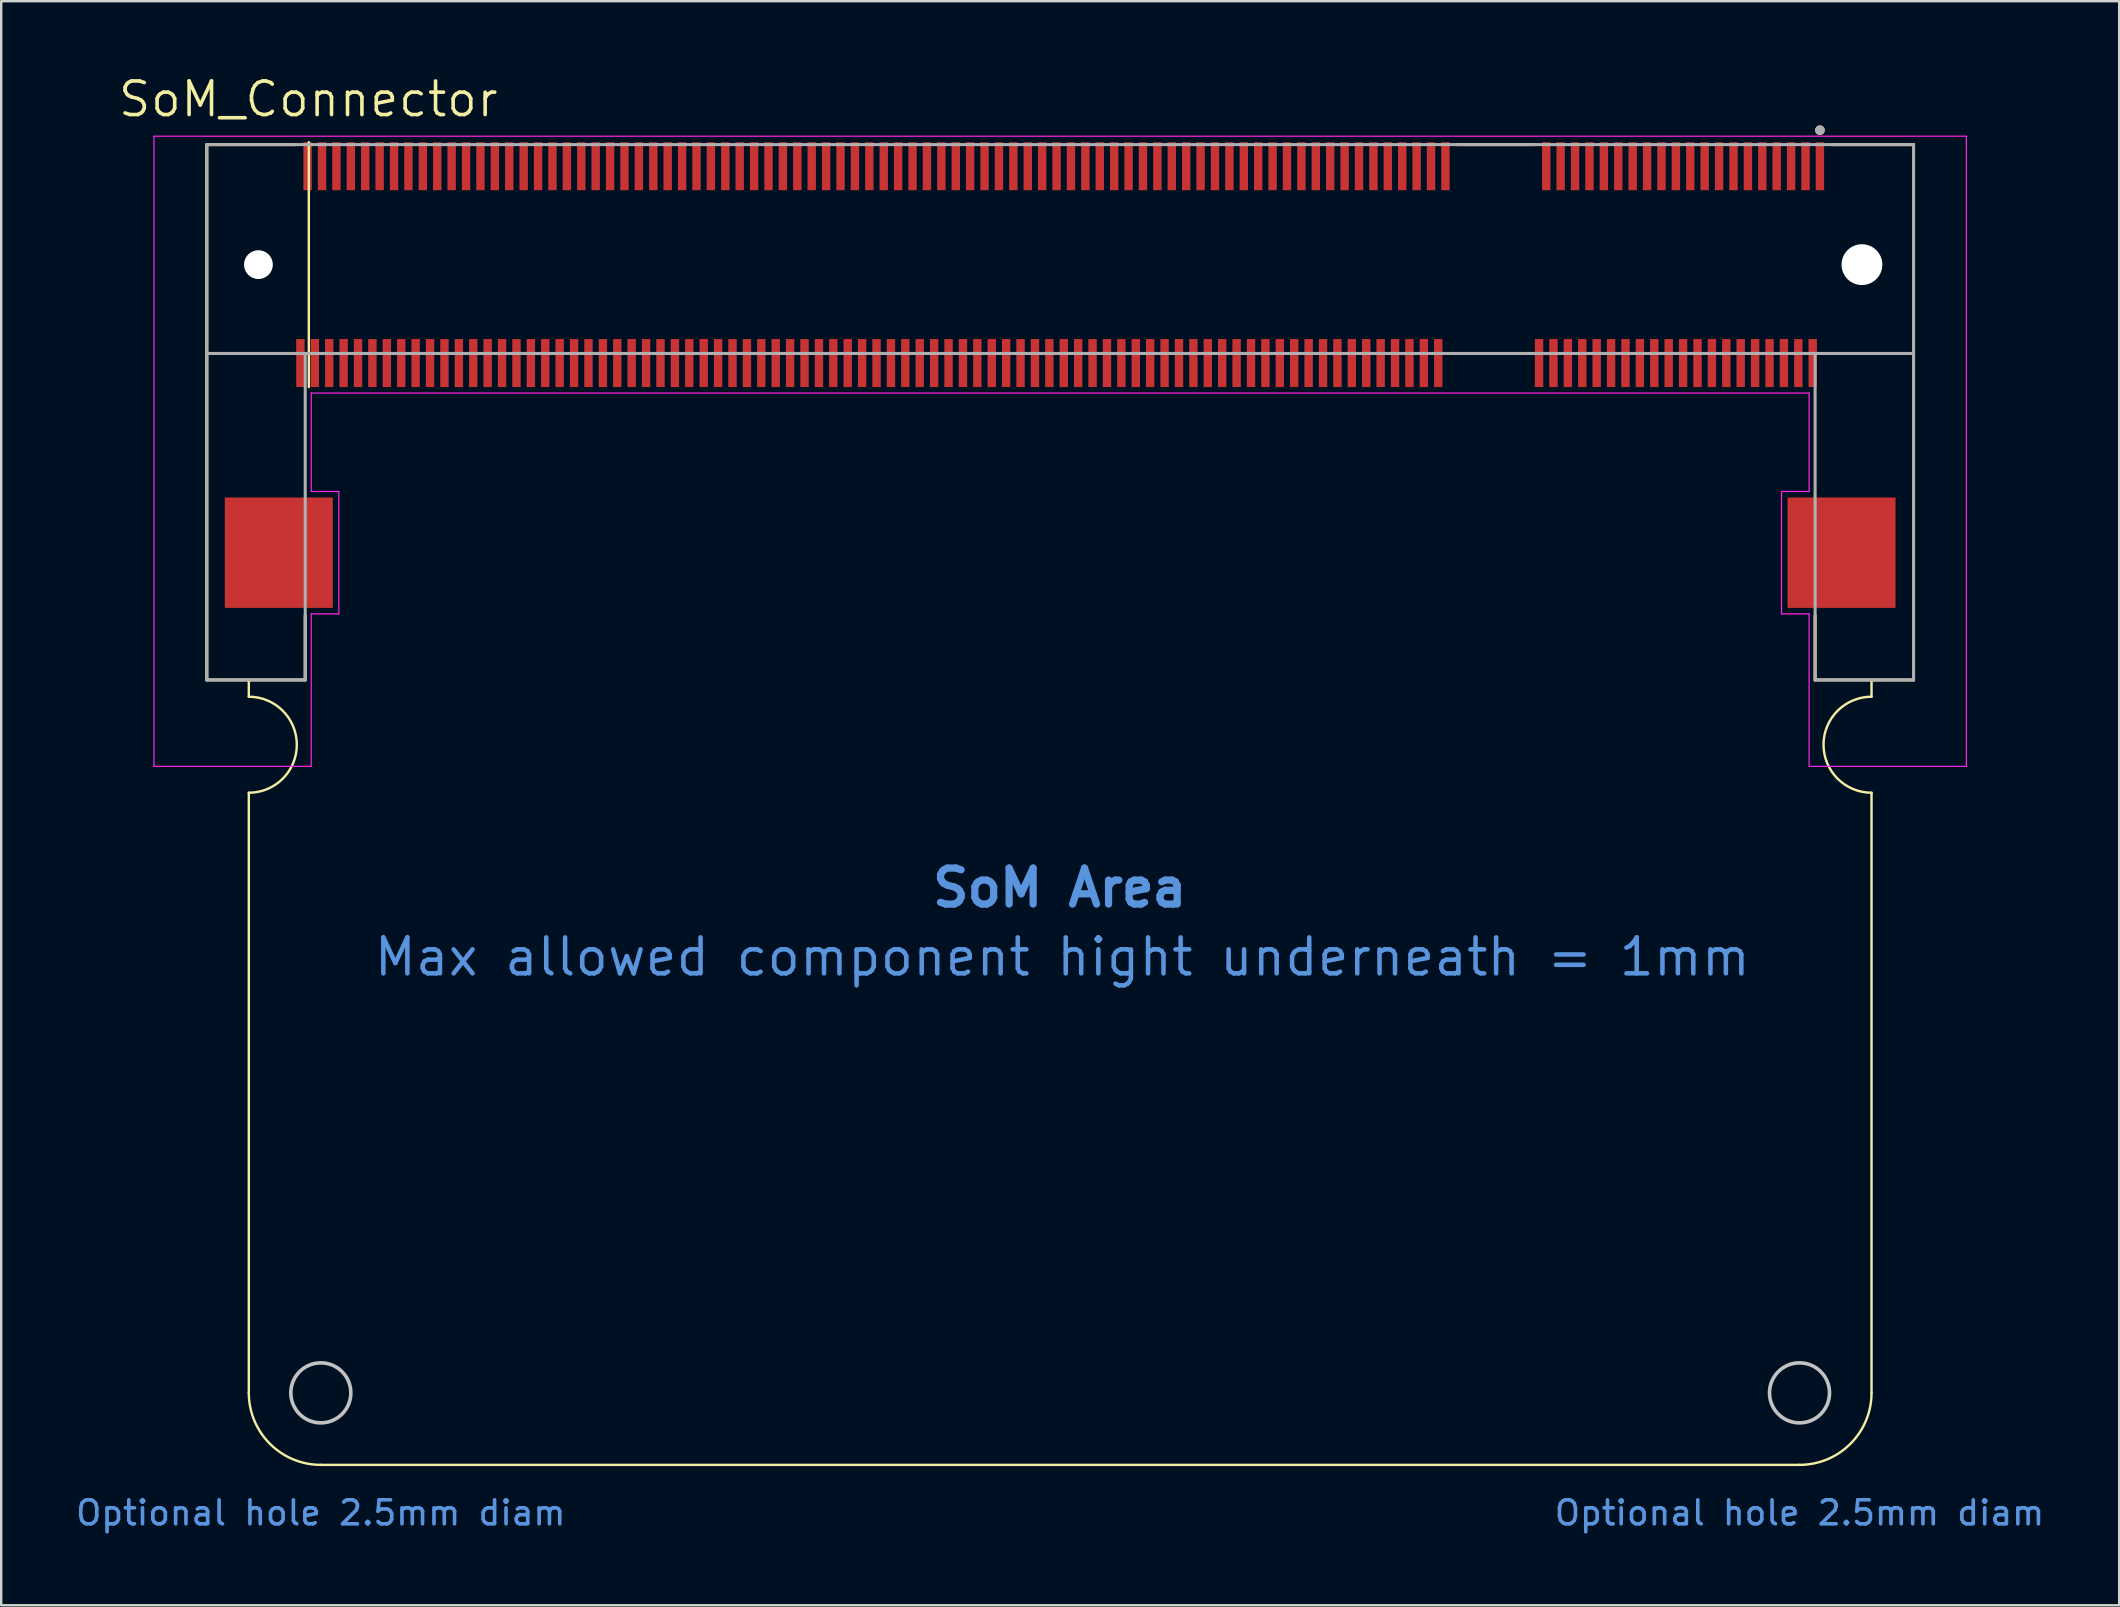
<source format=kicad_pcb>
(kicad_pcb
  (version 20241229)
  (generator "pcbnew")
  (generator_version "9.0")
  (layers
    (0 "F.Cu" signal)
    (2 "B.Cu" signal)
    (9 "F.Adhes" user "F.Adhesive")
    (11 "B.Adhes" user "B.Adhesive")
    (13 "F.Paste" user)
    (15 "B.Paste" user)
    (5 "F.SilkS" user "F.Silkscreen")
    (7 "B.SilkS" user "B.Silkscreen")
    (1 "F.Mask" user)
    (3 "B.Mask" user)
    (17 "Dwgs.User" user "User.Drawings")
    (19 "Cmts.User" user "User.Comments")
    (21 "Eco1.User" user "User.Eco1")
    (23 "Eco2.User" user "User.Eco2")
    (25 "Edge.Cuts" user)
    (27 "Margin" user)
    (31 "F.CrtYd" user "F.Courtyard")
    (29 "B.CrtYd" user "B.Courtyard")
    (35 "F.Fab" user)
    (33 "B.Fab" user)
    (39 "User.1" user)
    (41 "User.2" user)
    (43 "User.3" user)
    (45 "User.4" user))
  (footprint "SoM_Connector"
    (layer "F.Cu")
    (at 41.115 7.974)
    (property "Reference" "SoM_Connector" (at -31.321 -6.892 0) (layer "F.SilkS") (effects (font (size 1.4 1.4) (thickness 0.15))))
    (attr smd)
    (fp_line (start -35.55 -5) (end -35.55 17.3) (stroke (width 0.127) (type solid)) (layer "F.SilkS"))
    (fp_line (start -35.55 17.3) (end -31.45 17.3) (stroke (width 0.127) (type solid)) (layer "F.SilkS"))
    (fp_line (start -33.8 17.3) (end -33.8 18) (stroke (width 0.1) (type default)) (layer "F.SilkS"))
    (fp_line (start -33.8 22) (end -33.8 47) (stroke (width 0.1) (type default)) (layer "F.SilkS"))
    (fp_line (start -31.85 -5) (end -35.55 -5) (stroke (width 0.127) (type solid)) (layer "F.SilkS"))
    (fp_line (start -31.45 17.3) (end -31.45 14.62) (stroke (width 0.127) (type solid)) (layer "F.SilkS"))
    (fp_line (start -31.3 -5.1) (end -31.3 5.1) (stroke (width 0.1) (type default)) (layer "F.SilkS"))
    (fp_line (start -30.8 50) (end 30.8 50) (stroke (width 0.1) (type default)) (layer "F.SilkS"))
    (fp_line (start 16.55 -5) (end 19.75 -5) (stroke (width 0.127) (type solid)) (layer "F.SilkS"))
    (fp_line (start 31.45 14.62) (end 31.45 17.3) (stroke (width 0.127) (type solid)) (layer "F.SilkS"))
    (fp_line (start 32.15 -5) (end 35.55 -5) (stroke (width 0.127) (type solid)) (layer "F.SilkS"))
    (fp_line (start 33.8 17.3) (end 33.8 18) (stroke (width 0.1) (type default)) (layer "F.SilkS"))
    (fp_line (start 33.8 22) (end 33.8 47) (stroke (width 0.1) (type default)) (layer "F.SilkS"))
    (fp_line (start 35.55 -5) (end 35.55 17.3) (stroke (width 0.127) (type solid)) (layer "F.SilkS"))
    (fp_line (start 35.55 17.3) (end 31.45 17.3) (stroke (width 0.127) (type solid)) (layer "F.SilkS"))
    (fp_arc (start -33.8 18) (mid -31.799949 20) (end -33.8 22) (stroke (width 0.1) (type default)) (layer "F.SilkS"))
    (fp_arc (start -30.8 50) (mid -32.921291 49.121291) (end -33.8 47) (stroke (width 0.1) (type default)) (layer "F.SilkS"))
    (fp_arc (start 33.8 22) (mid 31.80004 19.999999) (end 33.8 18) (stroke (width 0.1) (type default)) (layer "F.SilkS"))
    (fp_arc (start 33.8 47) (mid 32.921321 49.121323) (end 30.8 50) (stroke (width 0.1) (type default)) (layer "F.SilkS"))
    (fp_circle (center 31.65 -5.6) (end 31.75 -5.6) (stroke (width 0.2) (type solid)) (fill no) (layer "F.SilkS"))
    (fp_circle (center -30.8 47) (end -29.55 47) (stroke (width 0.15) (type default)) (fill no) (layer "Dwgs.User"))
    (fp_circle (center 30.8 47) (end 32.05 47) (stroke (width 0.15) (type default)) (fill no) (layer "Dwgs.User"))
    (fp_line (start -37.75 -5.35) (end 37.75 -5.35) (stroke (width 0.05) (type solid)) (layer "F.CrtYd"))
    (fp_line (start -37.75 20.9) (end -37.75 -5.35) (stroke (width 0.05) (type solid)) (layer "F.CrtYd"))
    (fp_line (start -31.2 5.35) (end -31.2 9.45) (stroke (width 0.05) (type solid)) (layer "F.CrtYd"))
    (fp_line (start -31.2 9.45) (end -30.05 9.45) (stroke (width 0.05) (type solid)) (layer "F.CrtYd"))
    (fp_line (start -31.2 14.55) (end -31.2 20.9) (stroke (width 0.05) (type solid)) (layer "F.CrtYd"))
    (fp_line (start -31.2 20.9) (end -37.75 20.9) (stroke (width 0.05) (type solid)) (layer "F.CrtYd"))
    (fp_line (start -30.05 9.45) (end -30.05 14.55) (stroke (width 0.05) (type solid)) (layer "F.CrtYd"))
    (fp_line (start -30.05 14.55) (end -31.2 14.55) (stroke (width 0.05) (type solid)) (layer "F.CrtYd"))
    (fp_line (start 30.05 9.45) (end 31.2 9.45) (stroke (width 0.05) (type solid)) (layer "F.CrtYd"))
    (fp_line (start 30.05 14.55) (end 30.05 9.45) (stroke (width 0.05) (type solid)) (layer "F.CrtYd"))
    (fp_line (start 31.2 5.35) (end -31.2 5.35) (stroke (width 0.05) (type solid)) (layer "F.CrtYd"))
    (fp_line (start 31.2 9.45) (end 31.2 5.35) (stroke (width 0.05) (type solid)) (layer "F.CrtYd"))
    (fp_line (start 31.2 14.55) (end 30.05 14.55) (stroke (width 0.05) (type solid)) (layer "F.CrtYd"))
    (fp_line (start 31.2 20.9) (end 31.2 14.55) (stroke (width 0.05) (type solid)) (layer "F.CrtYd"))
    (fp_line (start 37.75 -5.35) (end 37.75 20.9) (stroke (width 0.05) (type solid)) (layer "F.CrtYd"))
    (fp_line (start 37.75 20.9) (end 31.2 20.9) (stroke (width 0.05) (type solid)) (layer "F.CrtYd"))
    (fp_line (start -35.55 -5) (end -35.55 3.7) (stroke (width 0.127) (type solid)) (layer "F.Fab"))
    (fp_line (start -35.55 -5) (end 35.55 -5) (stroke (width 0.127) (type solid)) (layer "F.Fab"))
    (fp_line (start -35.55 3.7) (end -35.55 17.3) (stroke (width 0.127) (type solid)) (layer "F.Fab"))
    (fp_line (start -35.55 3.7) (end -31.45 3.7) (stroke (width 0.127) (type solid)) (layer "F.Fab"))
    (fp_line (start -35.55 17.3) (end -31.45 17.3) (stroke (width 0.127) (type solid)) (layer "F.Fab"))
    (fp_line (start -31.45 3.7) (end 31.45 3.7) (stroke (width 0.127) (type solid)) (layer "F.Fab"))
    (fp_line (start -31.45 17.3) (end -31.45 3.7) (stroke (width 0.127) (type solid)) (layer "F.Fab"))
    (fp_line (start 31.45 3.7) (end 31.45 17.3) (stroke (width 0.127) (type solid)) (layer "F.Fab"))
    (fp_line (start 31.45 3.7) (end 35.55 3.7) (stroke (width 0.127) (type solid)) (layer "F.Fab"))
    (fp_line (start 31.45 17.3) (end 35.55 17.3) (stroke (width 0.127) (type solid)) (layer "F.Fab"))
    (fp_line (start 35.55 -5) (end 35.55 3.7) (stroke (width 0.127) (type solid)) (layer "F.Fab"))
    (fp_line (start 35.55 3.7) (end 35.55 17.3) (stroke (width 0.127) (type solid)) (layer "F.Fab"))
    (fp_circle (center 31.65 -5.6) (end 31.75 -5.6) (stroke (width 0.2) (type solid)) (fill no) (layer "F.Fab"))
    (fp_text user "Max allowed component hight underneath = 1mm" (at 0.09 28.84 0) (unlocked yes) (layer "Cmts.User") (effects (font (size 1.5 1.5) (thickness 0.188))))
    (fp_text user "Optional hole 2.5mm diam" (at -30.8 52 0) (unlocked yes) (layer "Cmts.User") (effects (font (size 1 1) (thickness 0.15))))
    (fp_text user "SoM Area" (at -0.02 25.96 0) (unlocked yes) (layer "Cmts.User") (effects (font (size 1.5 1.5) (thickness 0.3) (bold yes))))
    (fp_text user "Optional hole 2.5mm diam" (at 30.8 52 0) (unlocked yes) (layer "Cmts.User") (effects (font (size 1 1) (thickness 0.15))))
    (pad "" np_thru_hole circle (at -33.4 0) (size 1.2 1.2) (drill 1.2) (layers "*.Cu" "*.Mask"))
    (pad "" np_thru_hole circle (at 33.4 0) (size 1.7 1.7) (drill 1.7) (layers "*.Cu" "*.Mask"))
    (pad "1" smd rect (at 31.65 -4.1 90) (size 2 0.35) (layers "F.Cu" "F.Mask" "F.Paste"))
    (pad "2" smd rect (at 31.35 4.1 90) (size 2 0.35) (layers "F.Cu" "F.Mask" "F.Paste"))
    (pad "3" smd rect (at 31.05 -4.1 90) (size 2 0.35) (layers "F.Cu" "F.Mask" "F.Paste"))
    (pad "4" smd rect (at 30.75 4.1 90) (size 2 0.35) (layers "F.Cu" "F.Mask" "F.Paste"))
    (pad "5" smd rect (at 30.45 -4.1 90) (size 2 0.35) (layers "F.Cu" "F.Mask" "F.Paste"))
    (pad "6" smd rect (at 30.15 4.1 90) (size 2 0.35) (layers "F.Cu" "F.Mask" "F.Paste"))
    (pad "7" smd rect (at 29.85 -4.1 90) (size 2 0.35) (layers "F.Cu" "F.Mask" "F.Paste"))
    (pad "8" smd rect (at 29.55 4.1 90) (size 2 0.35) (layers "F.Cu" "F.Mask" "F.Paste"))
    (pad "9" smd rect (at 29.25 -4.1 90) (size 2 0.35) (layers "F.Cu" "F.Mask" "F.Paste"))
    (pad "10" smd rect (at 28.95 4.1 90) (size 2 0.35) (layers "F.Cu" "F.Mask" "F.Paste"))
    (pad "11" smd rect (at 28.65 -4.1 90) (size 2 0.35) (layers "F.Cu" "F.Mask" "F.Paste"))
    (pad "12" smd rect (at 28.35 4.1 90) (size 2 0.35) (layers "F.Cu" "F.Mask" "F.Paste"))
    (pad "13" smd rect (at 28.05 -4.1 90) (size 2 0.35) (layers "F.Cu" "F.Mask" "F.Paste"))
    (pad "14" smd rect (at 27.75 4.1 90) (size 2 0.35) (layers "F.Cu" "F.Mask" "F.Paste"))
    (pad "15" smd rect (at 27.45 -4.1 90) (size 2 0.35) (layers "F.Cu" "F.Mask" "F.Paste"))
    (pad "16" smd rect (at 27.15 4.1 90) (size 2 0.35) (layers "F.Cu" "F.Mask" "F.Paste"))
    (pad "17" smd rect (at 26.85 -4.1 90) (size 2 0.35) (layers "F.Cu" "F.Mask" "F.Paste"))
    (pad "18" smd rect (at 26.55 4.1 90) (size 2 0.35) (layers "F.Cu" "F.Mask" "F.Paste"))
    (pad "19" smd rect (at 26.25 -4.1 90) (size 2 0.35) (layers "F.Cu" "F.Mask" "F.Paste"))
    (pad "20" smd rect (at 25.95 4.1 90) (size 2 0.35) (layers "F.Cu" "F.Mask" "F.Paste"))
    (pad "21" smd rect (at 25.65 -4.1 90) (size 2 0.35) (layers "F.Cu" "F.Mask" "F.Paste"))
    (pad "22" smd rect (at 25.35 4.1 90) (size 2 0.35) (layers "F.Cu" "F.Mask" "F.Paste"))
    (pad "23" smd rect (at 25.05 -4.1 90) (size 2 0.35) (layers "F.Cu" "F.Mask" "F.Paste"))
    (pad "24" smd rect (at 24.75 4.1 90) (size 2 0.35) (layers "F.Cu" "F.Mask" "F.Paste"))
    (pad "25" smd rect (at 24.45 -4.1 90) (size 2 0.35) (layers "F.Cu" "F.Mask" "F.Paste"))
    (pad "26" smd rect (at 24.15 4.1 90) (size 2 0.35) (layers "F.Cu" "F.Mask" "F.Paste"))
    (pad "27" smd rect (at 23.85 -4.1 90) (size 2 0.35) (layers "F.Cu" "F.Mask" "F.Paste"))
    (pad "28" smd rect (at 23.55 4.1 90) (size 2 0.35) (layers "F.Cu" "F.Mask" "F.Paste"))
    (pad "29" smd rect (at 23.25 -4.1 90) (size 2 0.35) (layers "F.Cu" "F.Mask" "F.Paste"))
    (pad "30" smd rect (at 22.95 4.1 90) (size 2 0.35) (layers "F.Cu" "F.Mask" "F.Paste"))
    (pad "31" smd rect (at 22.65 -4.1 90) (size 2 0.35) (layers "F.Cu" "F.Mask" "F.Paste"))
    (pad "32" smd rect (at 22.35 4.1 90) (size 2 0.35) (layers "F.Cu" "F.Mask" "F.Paste"))
    (pad "33" smd rect (at 22.05 -4.1 90) (size 2 0.35) (layers "F.Cu" "F.Mask" "F.Paste"))
    (pad "34" smd rect (at 21.75 4.1 90) (size 2 0.35) (layers "F.Cu" "F.Mask" "F.Paste"))
    (pad "35" smd rect (at 21.45 -4.1 90) (size 2 0.35) (layers "F.Cu" "F.Mask" "F.Paste"))
    (pad "36" smd rect (at 21.15 4.1 90) (size 2 0.35) (layers "F.Cu" "F.Mask" "F.Paste"))
    (pad "37" smd rect (at 20.85 -4.1 90) (size 2 0.35) (layers "F.Cu" "F.Mask" "F.Paste"))
    (pad "38" smd rect (at 20.55 4.1 90) (size 2 0.35) (layers "F.Cu" "F.Mask" "F.Paste"))
    (pad "39" smd rect (at 20.25 -4.1 90) (size 2 0.35) (layers "F.Cu" "F.Mask" "F.Paste"))
    (pad "40" smd rect (at 19.95 4.1 90) (size 2 0.35) (layers "F.Cu" "F.Mask" "F.Paste"))
    (pad "41" smd rect (at 16.05 -4.1 90) (size 2 0.35) (layers "F.Cu" "F.Mask" "F.Paste"))
    (pad "42" smd rect (at 15.75 4.1 90) (size 2 0.35) (layers "F.Cu" "F.Mask" "F.Paste"))
    (pad "43" smd rect (at 15.45 -4.1 90) (size 2 0.35) (layers "F.Cu" "F.Mask" "F.Paste"))
    (pad "44" smd rect (at 15.15 4.1 90) (size 2 0.35) (layers "F.Cu" "F.Mask" "F.Paste"))
    (pad "45" smd rect (at 14.85 -4.1 90) (size 2 0.35) (layers "F.Cu" "F.Mask" "F.Paste"))
    (pad "46" smd rect (at 14.55 4.1 90) (size 2 0.35) (layers "F.Cu" "F.Mask" "F.Paste"))
    (pad "47" smd rect (at 14.25 -4.1 90) (size 2 0.35) (layers "F.Cu" "F.Mask" "F.Paste"))
    (pad "48" smd rect (at 13.95 4.1 90) (size 2 0.35) (layers "F.Cu" "F.Mask" "F.Paste"))
    (pad "49" smd rect (at 13.65 -4.1 90) (size 2 0.35) (layers "F.Cu" "F.Mask" "F.Paste"))
    (pad "50" smd rect (at 13.35 4.1 90) (size 2 0.35) (layers "F.Cu" "F.Mask" "F.Paste"))
    (pad "51" smd rect (at 13.05 -4.1 90) (size 2 0.35) (layers "F.Cu" "F.Mask" "F.Paste"))
    (pad "52" smd rect (at 12.75 4.1 90) (size 2 0.35) (layers "F.Cu" "F.Mask" "F.Paste"))
    (pad "53" smd rect (at 12.45 -4.1 90) (size 2 0.35) (layers "F.Cu" "F.Mask" "F.Paste"))
    (pad "54" smd rect (at 12.15 4.1 90) (size 2 0.35) (layers "F.Cu" "F.Mask" "F.Paste"))
    (pad "55" smd rect (at 11.85 -4.1 90) (size 2 0.35) (layers "F.Cu" "F.Mask" "F.Paste"))
    (pad "56" smd rect (at 11.55 4.1 90) (size 2 0.35) (layers "F.Cu" "F.Mask" "F.Paste"))
    (pad "57" smd rect (at 11.25 -4.1 90) (size 2 0.35) (layers "F.Cu" "F.Mask" "F.Paste"))
    (pad "58" smd rect (at 10.95 4.1 90) (size 2 0.35) (layers "F.Cu" "F.Mask" "F.Paste"))
    (pad "59" smd rect (at 10.65 -4.1 90) (size 2 0.35) (layers "F.Cu" "F.Mask" "F.Paste"))
    (pad "60" smd rect (at 10.35 4.1 90) (size 2 0.35) (layers "F.Cu" "F.Mask" "F.Paste"))
    (pad "61" smd rect (at 10.05 -4.1 90) (size 2 0.35) (layers "F.Cu" "F.Mask" "F.Paste"))
    (pad "62" smd rect (at 9.75 4.1 90) (size 2 0.35) (layers "F.Cu" "F.Mask" "F.Paste"))
    (pad "63" smd rect (at 9.45 -4.1 90) (size 2 0.35) (layers "F.Cu" "F.Mask" "F.Paste"))
    (pad "64" smd rect (at 9.15 4.1 90) (size 2 0.35) (layers "F.Cu" "F.Mask" "F.Paste"))
    (pad "65" smd rect (at 8.85 -4.1 90) (size 2 0.35) (layers "F.Cu" "F.Mask" "F.Paste"))
    (pad "66" smd rect (at 8.55 4.1 90) (size 2 0.35) (layers "F.Cu" "F.Mask" "F.Paste"))
    (pad "67" smd rect (at 8.25 -4.1 90) (size 2 0.35) (layers "F.Cu" "F.Mask" "F.Paste"))
    (pad "68" smd rect (at 7.95 4.1 90) (size 2 0.35) (layers "F.Cu" "F.Mask" "F.Paste"))
    (pad "69" smd rect (at 7.65 -4.1 90) (size 2 0.35) (layers "F.Cu" "F.Mask" "F.Paste"))
    (pad "70" smd rect (at 7.35 4.1 90) (size 2 0.35) (layers "F.Cu" "F.Mask" "F.Paste"))
    (pad "71" smd rect (at 7.05 -4.1 90) (size 2 0.35) (layers "F.Cu" "F.Mask" "F.Paste"))
    (pad "72" smd rect (at 6.75 4.1 90) (size 2 0.35) (layers "F.Cu" "F.Mask" "F.Paste"))
    (pad "73" smd rect (at 6.45 -4.1 90) (size 2 0.35) (layers "F.Cu" "F.Mask" "F.Paste"))
    (pad "74" smd rect (at 6.15 4.1 90) (size 2 0.35) (layers "F.Cu" "F.Mask" "F.Paste"))
    (pad "75" smd rect (at 5.85 -4.1 90) (size 2 0.35) (layers "F.Cu" "F.Mask" "F.Paste"))
    (pad "76" smd rect (at 5.55 4.1 90) (size 2 0.35) (layers "F.Cu" "F.Mask" "F.Paste"))
    (pad "77" smd rect (at 5.25 -4.1 90) (size 2 0.35) (layers "F.Cu" "F.Mask" "F.Paste"))
    (pad "78" smd rect (at 4.95 4.1 90) (size 2 0.35) (layers "F.Cu" "F.Mask" "F.Paste"))
    (pad "79" smd rect (at 4.65 -4.1 90) (size 2 0.35) (layers "F.Cu" "F.Mask" "F.Paste"))
    (pad "80" smd rect (at 4.35 4.1 90) (size 2 0.35) (layers "F.Cu" "F.Mask" "F.Paste"))
    (pad "81" smd rect (at 4.05 -4.1 90) (size 2 0.35) (layers "F.Cu" "F.Mask" "F.Paste"))
    (pad "82" smd rect (at 3.75 4.1 90) (size 2 0.35) (layers "F.Cu" "F.Mask" "F.Paste"))
    (pad "83" smd rect (at 3.45 -4.1 90) (size 2 0.35) (layers "F.Cu" "F.Mask" "F.Paste"))
    (pad "84" smd rect (at 3.15 4.1 90) (size 2 0.35) (layers "F.Cu" "F.Mask" "F.Paste"))
    (pad "85" smd rect (at 2.85 -4.1 90) (size 2 0.35) (layers "F.Cu" "F.Mask" "F.Paste"))
    (pad "86" smd rect (at 2.55 4.1 90) (size 2 0.35) (layers "F.Cu" "F.Mask" "F.Paste"))
    (pad "87" smd rect (at 2.25 -4.1 90) (size 2 0.35) (layers "F.Cu" "F.Mask" "F.Paste"))
    (pad "88" smd rect (at 1.95 4.1 90) (size 2 0.35) (layers "F.Cu" "F.Mask" "F.Paste"))
    (pad "89" smd rect (at 1.65 -4.1 90) (size 2 0.35) (layers "F.Cu" "F.Mask" "F.Paste"))
    (pad "90" smd rect (at 1.35 4.1 90) (size 2 0.35) (layers "F.Cu" "F.Mask" "F.Paste"))
    (pad "91" smd rect (at 1.05 -4.1 90) (size 2 0.35) (layers "F.Cu" "F.Mask" "F.Paste"))
    (pad "92" smd rect (at 0.75 4.1 90) (size 2 0.35) (layers "F.Cu" "F.Mask" "F.Paste"))
    (pad "93" smd rect (at 0.45 -4.1 90) (size 2 0.35) (layers "F.Cu" "F.Mask" "F.Paste"))
    (pad "94" smd rect (at 0.15 4.1 90) (size 2 0.35) (layers "F.Cu" "F.Mask" "F.Paste"))
    (pad "95" smd rect (at -0.15 -4.1 90) (size 2 0.35) (layers "F.Cu" "F.Mask" "F.Paste"))
    (pad "96" smd rect (at -0.45 4.1 90) (size 2 0.35) (layers "F.Cu" "F.Mask" "F.Paste"))
    (pad "97" smd rect (at -0.75 -4.1 90) (size 2 0.35) (layers "F.Cu" "F.Mask" "F.Paste"))
    (pad "98" smd rect (at -1.05 4.1 90) (size 2 0.35) (layers "F.Cu" "F.Mask" "F.Paste"))
    (pad "99" smd rect (at -1.35 -4.1 90) (size 2 0.35) (layers "F.Cu" "F.Mask" "F.Paste"))
    (pad "100" smd rect (at -1.65 4.1 90) (size 2 0.35) (layers "F.Cu" "F.Mask" "F.Paste"))
    (pad "101" smd rect (at -1.95 -4.1 90) (size 2 0.35) (layers "F.Cu" "F.Mask" "F.Paste"))
    (pad "102" smd rect (at -2.25 4.1 90) (size 2 0.35) (layers "F.Cu" "F.Mask" "F.Paste"))
    (pad "103" smd rect (at -2.55 -4.1 90) (size 2 0.35) (layers "F.Cu" "F.Mask" "F.Paste"))
    (pad "104" smd rect (at -2.85 4.1 90) (size 2 0.35) (layers "F.Cu" "F.Mask" "F.Paste"))
    (pad "105" smd rect (at -3.15 -4.1 90) (size 2 0.35) (layers "F.Cu" "F.Mask" "F.Paste"))
    (pad "106" smd rect (at -3.45 4.1 90) (size 2 0.35) (layers "F.Cu" "F.Mask" "F.Paste"))
    (pad "107" smd rect (at -3.75 -4.1 90) (size 2 0.35) (layers "F.Cu" "F.Mask" "F.Paste"))
    (pad "108" smd rect (at -4.05 4.1 90) (size 2 0.35) (layers "F.Cu" "F.Mask" "F.Paste"))
    (pad "109" smd rect (at -4.35 -4.1 90) (size 2 0.35) (layers "F.Cu" "F.Mask" "F.Paste"))
    (pad "110" smd rect (at -4.65 4.1 90) (size 2 0.35) (layers "F.Cu" "F.Mask" "F.Paste"))
    (pad "111" smd rect (at -4.95 -4.1 90) (size 2 0.35) (layers "F.Cu" "F.Mask" "F.Paste"))
    (pad "112" smd rect (at -5.25 4.1 90) (size 2 0.35) (layers "F.Cu" "F.Mask" "F.Paste"))
    (pad "113" smd rect (at -5.55 -4.1 90) (size 2 0.35) (layers "F.Cu" "F.Mask" "F.Paste"))
    (pad "114" smd rect (at -5.85 4.1 90) (size 2 0.35) (layers "F.Cu" "F.Mask" "F.Paste"))
    (pad "115" smd rect (at -6.15 -4.1 90) (size 2 0.35) (layers "F.Cu" "F.Mask" "F.Paste"))
    (pad "116" smd rect (at -6.45 4.1 90) (size 2 0.35) (layers "F.Cu" "F.Mask" "F.Paste"))
    (pad "117" smd rect (at -6.75 -4.1 90) (size 2 0.35) (layers "F.Cu" "F.Mask" "F.Paste"))
    (pad "118" smd rect (at -7.05 4.1 90) (size 2 0.35) (layers "F.Cu" "F.Mask" "F.Paste"))
    (pad "119" smd rect (at -7.35 -4.1 90) (size 2 0.35) (layers "F.Cu" "F.Mask" "F.Paste"))
    (pad "120" smd rect (at -7.65 4.1 90) (size 2 0.35) (layers "F.Cu" "F.Mask" "F.Paste"))
    (pad "121" smd rect (at -7.95 -4.1 90) (size 2 0.35) (layers "F.Cu" "F.Mask" "F.Paste"))
    (pad "122" smd rect (at -8.25 4.1 90) (size 2 0.35) (layers "F.Cu" "F.Mask" "F.Paste"))
    (pad "123" smd rect (at -8.55 -4.1 90) (size 2 0.35) (layers "F.Cu" "F.Mask" "F.Paste"))
    (pad "124" smd rect (at -8.85 4.1 90) (size 2 0.35) (layers "F.Cu" "F.Mask" "F.Paste"))
    (pad "125" smd rect (at -9.15 -4.1 90) (size 2 0.35) (layers "F.Cu" "F.Mask" "F.Paste"))
    (pad "126" smd rect (at -9.45 4.1 90) (size 2 0.35) (layers "F.Cu" "F.Mask" "F.Paste"))
    (pad "127" smd rect (at -9.75 -4.1 90) (size 2 0.35) (layers "F.Cu" "F.Mask" "F.Paste"))
    (pad "128" smd rect (at -10.05 4.1 90) (size 2 0.35) (layers "F.Cu" "F.Mask" "F.Paste"))
    (pad "129" smd rect (at -10.35 -4.1 90) (size 2 0.35) (layers "F.Cu" "F.Mask" "F.Paste"))
    (pad "130" smd rect (at -10.65 4.1 90) (size 2 0.35) (layers "F.Cu" "F.Mask" "F.Paste"))
    (pad "131" smd rect (at -10.95 -4.1 90) (size 2 0.35) (layers "F.Cu" "F.Mask" "F.Paste"))
    (pad "132" smd rect (at -11.25 4.1 90) (size 2 0.35) (layers "F.Cu" "F.Mask" "F.Paste"))
    (pad "133" smd rect (at -11.55 -4.1 90) (size 2 0.35) (layers "F.Cu" "F.Mask" "F.Paste"))
    (pad "134" smd rect (at -11.85 4.1 90) (size 2 0.35) (layers "F.Cu" "F.Mask" "F.Paste"))
    (pad "135" smd rect (at -12.15 -4.1 90) (size 2 0.35) (layers "F.Cu" "F.Mask" "F.Paste"))
    (pad "136" smd rect (at -12.45 4.1 90) (size 2 0.35) (layers "F.Cu" "F.Mask" "F.Paste"))
    (pad "137" smd rect (at -12.75 -4.1 90) (size 2 0.35) (layers "F.Cu" "F.Mask" "F.Paste"))
    (pad "138" smd rect (at -13.05 4.1 90) (size 2 0.35) (layers "F.Cu" "F.Mask" "F.Paste"))
    (pad "139" smd rect (at -13.35 -4.1 90) (size 2 0.35) (layers "F.Cu" "F.Mask" "F.Paste"))
    (pad "140" smd rect (at -13.65 4.1 90) (size 2 0.35) (layers "F.Cu" "F.Mask" "F.Paste"))
    (pad "141" smd rect (at -13.95 -4.1 90) (size 2 0.35) (layers "F.Cu" "F.Mask" "F.Paste"))
    (pad "142" smd rect (at -14.25 4.1 90) (size 2 0.35) (layers "F.Cu" "F.Mask" "F.Paste"))
    (pad "143" smd rect (at -14.55 -4.1 90) (size 2 0.35) (layers "F.Cu" "F.Mask" "F.Paste"))
    (pad "144" smd rect (at -14.85 4.1 90) (size 2 0.35) (layers "F.Cu" "F.Mask" "F.Paste"))
    (pad "145" smd rect (at -15.15 -4.1 90) (size 2 0.35) (layers "F.Cu" "F.Mask" "F.Paste"))
    (pad "146" smd rect (at -15.45 4.1 90) (size 2 0.35) (layers "F.Cu" "F.Mask" "F.Paste"))
    (pad "147" smd rect (at -15.75 -4.1 90) (size 2 0.35) (layers "F.Cu" "F.Mask" "F.Paste"))
    (pad "148" smd rect (at -16.05 4.1 90) (size 2 0.35) (layers "F.Cu" "F.Mask" "F.Paste"))
    (pad "149" smd rect (at -16.35 -4.1 90) (size 2 0.35) (layers "F.Cu" "F.Mask" "F.Paste"))
    (pad "150" smd rect (at -16.65 4.1 90) (size 2 0.35) (layers "F.Cu" "F.Mask" "F.Paste"))
    (pad "151" smd rect (at -16.95 -4.1 90) (size 2 0.35) (layers "F.Cu" "F.Mask" "F.Paste"))
    (pad "152" smd rect (at -17.25 4.1 90) (size 2 0.35) (layers "F.Cu" "F.Mask" "F.Paste"))
    (pad "153" smd rect (at -17.55 -4.1 90) (size 2 0.35) (layers "F.Cu" "F.Mask" "F.Paste"))
    (pad "154" smd rect (at -17.85 4.1 90) (size 2 0.35) (layers "F.Cu" "F.Mask" "F.Paste"))
    (pad "155" smd rect (at -18.15 -4.1 90) (size 2 0.35) (layers "F.Cu" "F.Mask" "F.Paste"))
    (pad "156" smd rect (at -18.45 4.1 90) (size 2 0.35) (layers "F.Cu" "F.Mask" "F.Paste"))
    (pad "157" smd rect (at -18.75 -4.1 90) (size 2 0.35) (layers "F.Cu" "F.Mask" "F.Paste"))
    (pad "158" smd rect (at -19.05 4.1 90) (size 2 0.35) (layers "F.Cu" "F.Mask" "F.Paste"))
    (pad "159" smd rect (at -19.35 -4.1 90) (size 2 0.35) (layers "F.Cu" "F.Mask" "F.Paste"))
    (pad "160" smd rect (at -19.65 4.1 90) (size 2 0.35) (layers "F.Cu" "F.Mask" "F.Paste"))
    (pad "161" smd rect (at -19.95 -4.1 90) (size 2 0.35) (layers "F.Cu" "F.Mask" "F.Paste"))
    (pad "162" smd rect (at -20.25 4.1 90) (size 2 0.35) (layers "F.Cu" "F.Mask" "F.Paste"))
    (pad "163" smd rect (at -20.55 -4.1 90) (size 2 0.35) (layers "F.Cu" "F.Mask" "F.Paste"))
    (pad "164" smd rect (at -20.85 4.1 90) (size 2 0.35) (layers "F.Cu" "F.Mask" "F.Paste"))
    (pad "165" smd rect (at -21.15 -4.1 90) (size 2 0.35) (layers "F.Cu" "F.Mask" "F.Paste"))
    (pad "166" smd rect (at -21.45 4.1 90) (size 2 0.35) (layers "F.Cu" "F.Mask" "F.Paste"))
    (pad "167" smd rect (at -21.75 -4.1 90) (size 2 0.35) (layers "F.Cu" "F.Mask" "F.Paste"))
    (pad "168" smd rect (at -22.05 4.1 90) (size 2 0.35) (layers "F.Cu" "F.Mask" "F.Paste"))
    (pad "169" smd rect (at -22.35 -4.1 90) (size 2 0.35) (layers "F.Cu" "F.Mask" "F.Paste"))
    (pad "170" smd rect (at -22.65 4.1 90) (size 2 0.35) (layers "F.Cu" "F.Mask" "F.Paste"))
    (pad "171" smd rect (at -22.95 -4.1 90) (size 2 0.35) (layers "F.Cu" "F.Mask" "F.Paste"))
    (pad "172" smd rect (at -23.25 4.1 90) (size 2 0.35) (layers "F.Cu" "F.Mask" "F.Paste"))
    (pad "173" smd rect (at -23.55 -4.1 90) (size 2 0.35) (layers "F.Cu" "F.Mask" "F.Paste"))
    (pad "174" smd rect (at -23.85 4.1 90) (size 2 0.35) (layers "F.Cu" "F.Mask" "F.Paste"))
    (pad "175" smd rect (at -24.15 -4.1 90) (size 2 0.35) (layers "F.Cu" "F.Mask" "F.Paste"))
    (pad "176" smd rect (at -24.45 4.1 90) (size 2 0.35) (layers "F.Cu" "F.Mask" "F.Paste"))
    (pad "177" smd rect (at -24.75 -4.1 90) (size 2 0.35) (layers "F.Cu" "F.Mask" "F.Paste"))
    (pad "178" smd rect (at -25.05 4.1 90) (size 2 0.35) (layers "F.Cu" "F.Mask" "F.Paste"))
    (pad "179" smd rect (at -25.35 -4.1 90) (size 2 0.35) (layers "F.Cu" "F.Mask" "F.Paste"))
    (pad "180" smd rect (at -25.65 4.1 90) (size 2 0.35) (layers "F.Cu" "F.Mask" "F.Paste"))
    (pad "181" smd rect (at -25.95 -4.1 90) (size 2 0.35) (layers "F.Cu" "F.Mask" "F.Paste"))
    (pad "182" smd rect (at -26.25 4.1 90) (size 2 0.35) (layers "F.Cu" "F.Mask" "F.Paste"))
    (pad "183" smd rect (at -26.55 -4.1 90) (size 2 0.35) (layers "F.Cu" "F.Mask" "F.Paste"))
    (pad "184" smd rect (at -26.85 4.1 90) (size 2 0.35) (layers "F.Cu" "F.Mask" "F.Paste"))
    (pad "185" smd rect (at -27.15 -4.1 90) (size 2 0.35) (layers "F.Cu" "F.Mask" "F.Paste"))
    (pad "186" smd rect (at -27.45 4.1 90) (size 2 0.35) (layers "F.Cu" "F.Mask" "F.Paste"))
    (pad "187" smd rect (at -27.75 -4.1 90) (size 2 0.35) (layers "F.Cu" "F.Mask" "F.Paste"))
    (pad "188" smd rect (at -28.05 4.1 90) (size 2 0.35) (layers "F.Cu" "F.Mask" "F.Paste"))
    (pad "189" smd rect (at -28.35 -4.1 90) (size 2 0.35) (layers "F.Cu" "F.Mask" "F.Paste"))
    (pad "190" smd rect (at -28.65 4.1 90) (size 2 0.35) (layers "F.Cu" "F.Mask" "F.Paste"))
    (pad "191" smd rect (at -28.95 -4.1 90) (size 2 0.35) (layers "F.Cu" "F.Mask" "F.Paste"))
    (pad "192" smd rect (at -29.25 4.1 90) (size 2 0.35) (layers "F.Cu" "F.Mask" "F.Paste"))
    (pad "193" smd rect (at -29.55 -4.1 90) (size 2 0.35) (layers "F.Cu" "F.Mask" "F.Paste"))
    (pad "194" smd rect (at -29.85 4.1 90) (size 2 0.35) (layers "F.Cu" "F.Mask" "F.Paste"))
    (pad "195" smd rect (at -30.15 -4.1 90) (size 2 0.35) (layers "F.Cu" "F.Mask" "F.Paste"))
    (pad "196" smd rect (at -30.45 4.1 90) (size 2 0.35) (layers "F.Cu" "F.Mask" "F.Paste"))
    (pad "197" smd rect (at -30.75 -4.1 90) (size 2 0.35) (layers "F.Cu" "F.Mask" "F.Paste"))
    (pad "198" smd rect (at -31.05 4.1 90) (size 2 0.35) (layers "F.Cu" "F.Mask" "F.Paste"))
    (pad "199" smd rect (at -31.35 -4.1 90) (size 2 0.35) (layers "F.Cu" "F.Mask" "F.Paste"))
    (pad "200" smd rect (at -31.65 4.1 90) (size 2 0.35) (layers "F.Cu" "F.Mask" "F.Paste"))
    (pad "S1" smd rect (at 32.55 12) (size 4.5 4.6) (layers "F.Cu" "F.Mask" "F.Paste"))
    (pad "S2" smd rect (at -32.55 12) (size 4.5 4.6) (layers "F.Cu" "F.Mask" "F.Paste")))
  (gr_rect
    (start -3 -3)
    (end 85.231 63.822)
    (stroke (width 0.1) (type default))
    (fill no)
    (layer "Edge.Cuts")))
</source>
